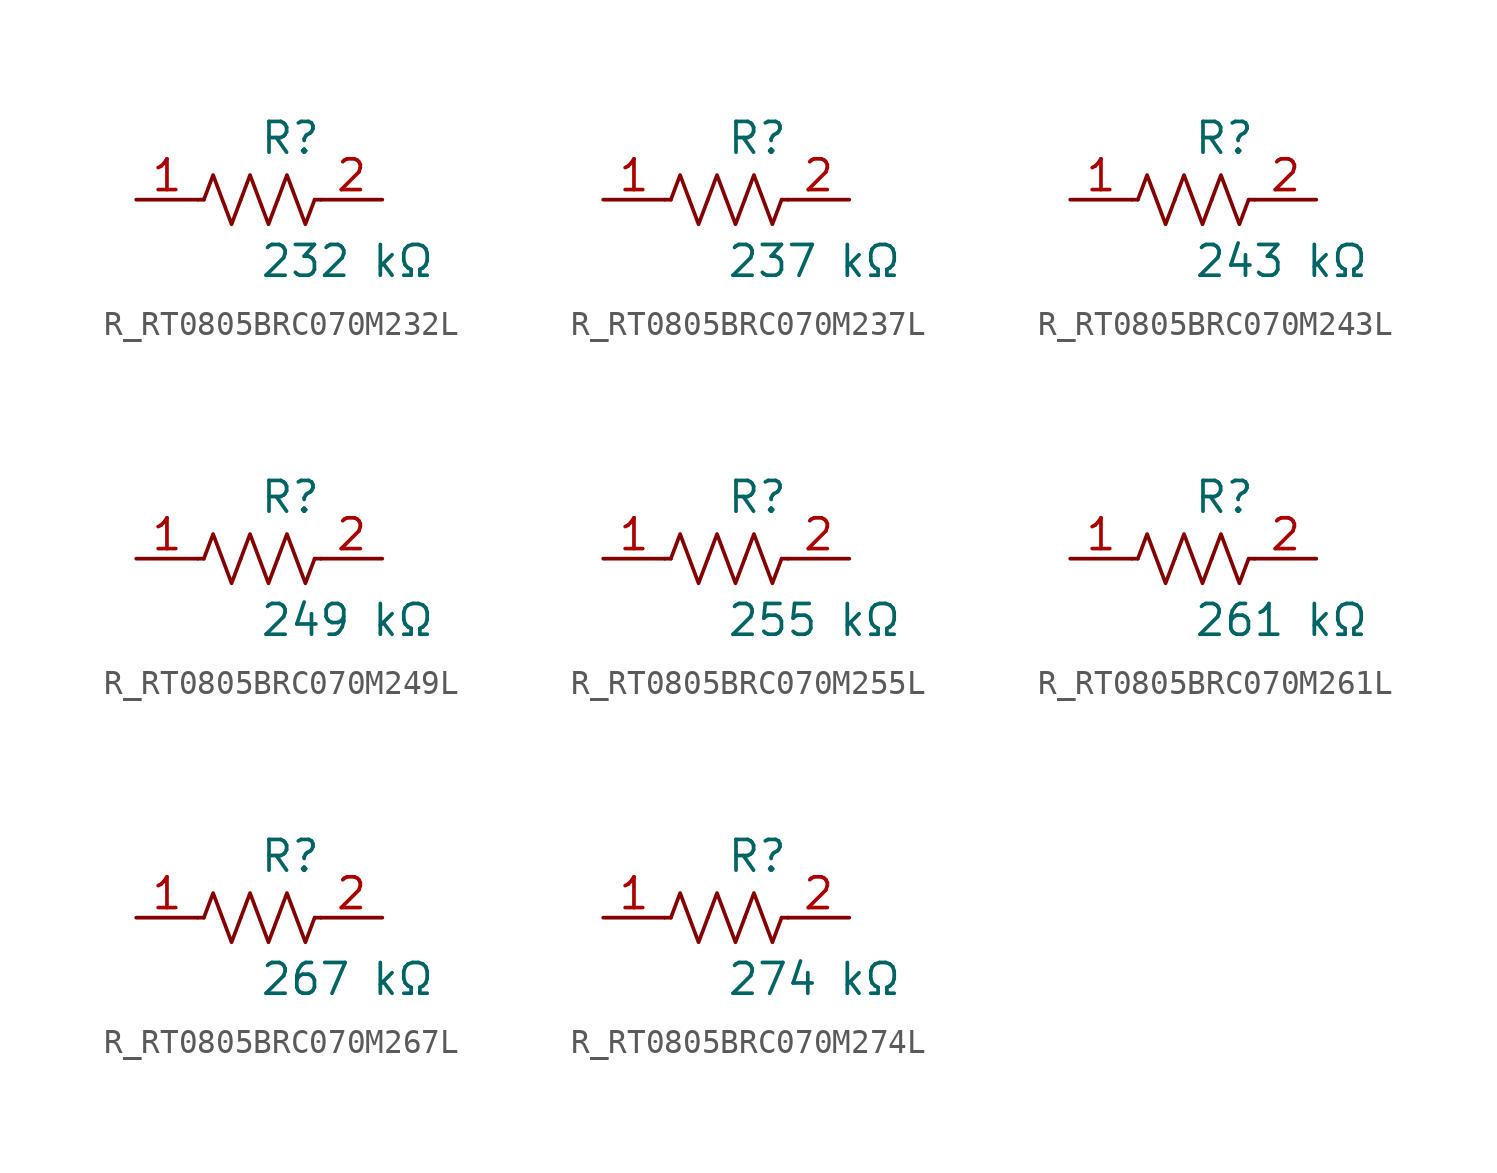
<source format=kicad_sym>
(kicad_symbol_lib
  (version 20231120)
  (generator kicad_symbol_editor)
  (generator_version 8.0)
  (symbol "R_RT0805BRC070M232L"
    (pin_names
      (offset 0.254))
    (property "Reference" "R"
      (at 0.0 2.54 0)
      (effects (font (size 1.27 1.27)) (justify left)))
    (property "Value" "232 kΩ"
      (at 0.0 -2.54 0)
      (effects (font (size 1.27 1.27)) (justify left)))
    (symbol "R_RT0805BRC070M232L_0_1"
      (polyline (pts (xy 2.286 0) (xy 2.54 0)) (stroke (width 0) (type default)) (fill (type none)))
      (polyline (pts (xy -2.286 0) (xy -2.54 0)) (stroke (width 0) (type default)) (fill (type none)))
      (polyline (pts (xy 0.762 0) (xy 1.143 1.016) (xy 1.524 0) (xy 1.905 -1.016) (xy 2.286 0)) (stroke (width 0) (type default)) (fill (type none)))
      (polyline (pts (xy -0.762 0) (xy -0.381 1.016) (xy 0 0) (xy 0.381 -1.016) (xy 0.762 0)) (stroke (width 0) (type default)) (fill (type none)))
      (polyline (pts (xy -2.286 0) (xy -1.905 1.016) (xy -1.524 0) (xy -1.143 -1.016) (xy -0.762 0)) (stroke (width 0) (type default)) (fill (type none))))
    (pin unspecified line
      (at -5.08 0 0)
      (length 2.54)
      (name "" (effects (font (size 1.27 1.27))))
      (number "1" (effects (font (size 1.27 1.27)))))
    (pin unspecified line
      (at 5.08 0 180)
      (length 2.54)
      (name "" (effects (font (size 1.27 1.27))))
      (number "2" (effects (font (size 1.27 1.27))))))
  (symbol "R_RT0805BRC070M237L"
    (pin_names
      (offset 0.254))
    (property "Reference" "R"
      (at 0.0 2.54 0)
      (effects (font (size 1.27 1.27)) (justify left)))
    (property "Value" "237 kΩ"
      (at 0.0 -2.54 0)
      (effects (font (size 1.27 1.27)) (justify left)))
    (symbol "R_RT0805BRC070M237L_0_1"
      (polyline (pts (xy 2.286 0) (xy 2.54 0)) (stroke (width 0) (type default)) (fill (type none)))
      (polyline (pts (xy -2.286 0) (xy -2.54 0)) (stroke (width 0) (type default)) (fill (type none)))
      (polyline (pts (xy 0.762 0) (xy 1.143 1.016) (xy 1.524 0) (xy 1.905 -1.016) (xy 2.286 0)) (stroke (width 0) (type default)) (fill (type none)))
      (polyline (pts (xy -0.762 0) (xy -0.381 1.016) (xy 0 0) (xy 0.381 -1.016) (xy 0.762 0)) (stroke (width 0) (type default)) (fill (type none)))
      (polyline (pts (xy -2.286 0) (xy -1.905 1.016) (xy -1.524 0) (xy -1.143 -1.016) (xy -0.762 0)) (stroke (width 0) (type default)) (fill (type none))))
    (pin unspecified line
      (at -5.08 0 0)
      (length 2.54)
      (name "" (effects (font (size 1.27 1.27))))
      (number "1" (effects (font (size 1.27 1.27)))))
    (pin unspecified line
      (at 5.08 0 180)
      (length 2.54)
      (name "" (effects (font (size 1.27 1.27))))
      (number "2" (effects (font (size 1.27 1.27))))))
  (symbol "R_RT0805BRC070M243L"
    (pin_names
      (offset 0.254))
    (property "Reference" "R"
      (at 0.0 2.54 0)
      (effects (font (size 1.27 1.27)) (justify left)))
    (property "Value" "243 kΩ"
      (at 0.0 -2.54 0)
      (effects (font (size 1.27 1.27)) (justify left)))
    (symbol "R_RT0805BRC070M243L_0_1"
      (polyline (pts (xy 2.286 0) (xy 2.54 0)) (stroke (width 0) (type default)) (fill (type none)))
      (polyline (pts (xy -2.286 0) (xy -2.54 0)) (stroke (width 0) (type default)) (fill (type none)))
      (polyline (pts (xy 0.762 0) (xy 1.143 1.016) (xy 1.524 0) (xy 1.905 -1.016) (xy 2.286 0)) (stroke (width 0) (type default)) (fill (type none)))
      (polyline (pts (xy -0.762 0) (xy -0.381 1.016) (xy 0 0) (xy 0.381 -1.016) (xy 0.762 0)) (stroke (width 0) (type default)) (fill (type none)))
      (polyline (pts (xy -2.286 0) (xy -1.905 1.016) (xy -1.524 0) (xy -1.143 -1.016) (xy -0.762 0)) (stroke (width 0) (type default)) (fill (type none))))
    (pin unspecified line
      (at -5.08 0 0)
      (length 2.54)
      (name "" (effects (font (size 1.27 1.27))))
      (number "1" (effects (font (size 1.27 1.27)))))
    (pin unspecified line
      (at 5.08 0 180)
      (length 2.54)
      (name "" (effects (font (size 1.27 1.27))))
      (number "2" (effects (font (size 1.27 1.27))))))
  (symbol "R_RT0805BRC070M249L"
    (pin_names
      (offset 0.254))
    (property "Reference" "R"
      (at 0.0 2.54 0)
      (effects (font (size 1.27 1.27)) (justify left)))
    (property "Value" "249 kΩ"
      (at 0.0 -2.54 0)
      (effects (font (size 1.27 1.27)) (justify left)))
    (symbol "R_RT0805BRC070M249L_0_1"
      (polyline (pts (xy 2.286 0) (xy 2.54 0)) (stroke (width 0) (type default)) (fill (type none)))
      (polyline (pts (xy -2.286 0) (xy -2.54 0)) (stroke (width 0) (type default)) (fill (type none)))
      (polyline (pts (xy 0.762 0) (xy 1.143 1.016) (xy 1.524 0) (xy 1.905 -1.016) (xy 2.286 0)) (stroke (width 0) (type default)) (fill (type none)))
      (polyline (pts (xy -0.762 0) (xy -0.381 1.016) (xy 0 0) (xy 0.381 -1.016) (xy 0.762 0)) (stroke (width 0) (type default)) (fill (type none)))
      (polyline (pts (xy -2.286 0) (xy -1.905 1.016) (xy -1.524 0) (xy -1.143 -1.016) (xy -0.762 0)) (stroke (width 0) (type default)) (fill (type none))))
    (pin unspecified line
      (at -5.08 0 0)
      (length 2.54)
      (name "" (effects (font (size 1.27 1.27))))
      (number "1" (effects (font (size 1.27 1.27)))))
    (pin unspecified line
      (at 5.08 0 180)
      (length 2.54)
      (name "" (effects (font (size 1.27 1.27))))
      (number "2" (effects (font (size 1.27 1.27))))))
  (symbol "R_RT0805BRC070M255L"
    (pin_names
      (offset 0.254))
    (property "Reference" "R"
      (at 0.0 2.54 0)
      (effects (font (size 1.27 1.27)) (justify left)))
    (property "Value" "255 kΩ"
      (at 0.0 -2.54 0)
      (effects (font (size 1.27 1.27)) (justify left)))
    (symbol "R_RT0805BRC070M255L_0_1"
      (polyline (pts (xy 2.286 0) (xy 2.54 0)) (stroke (width 0) (type default)) (fill (type none)))
      (polyline (pts (xy -2.286 0) (xy -2.54 0)) (stroke (width 0) (type default)) (fill (type none)))
      (polyline (pts (xy 0.762 0) (xy 1.143 1.016) (xy 1.524 0) (xy 1.905 -1.016) (xy 2.286 0)) (stroke (width 0) (type default)) (fill (type none)))
      (polyline (pts (xy -0.762 0) (xy -0.381 1.016) (xy 0 0) (xy 0.381 -1.016) (xy 0.762 0)) (stroke (width 0) (type default)) (fill (type none)))
      (polyline (pts (xy -2.286 0) (xy -1.905 1.016) (xy -1.524 0) (xy -1.143 -1.016) (xy -0.762 0)) (stroke (width 0) (type default)) (fill (type none))))
    (pin unspecified line
      (at -5.08 0 0)
      (length 2.54)
      (name "" (effects (font (size 1.27 1.27))))
      (number "1" (effects (font (size 1.27 1.27)))))
    (pin unspecified line
      (at 5.08 0 180)
      (length 2.54)
      (name "" (effects (font (size 1.27 1.27))))
      (number "2" (effects (font (size 1.27 1.27))))))
  (symbol "R_RT0805BRC070M261L"
    (pin_names
      (offset 0.254))
    (property "Reference" "R"
      (at 0.0 2.54 0)
      (effects (font (size 1.27 1.27)) (justify left)))
    (property "Value" "261 kΩ"
      (at 0.0 -2.54 0)
      (effects (font (size 1.27 1.27)) (justify left)))
    (symbol "R_RT0805BRC070M261L_0_1"
      (polyline (pts (xy 2.286 0) (xy 2.54 0)) (stroke (width 0) (type default)) (fill (type none)))
      (polyline (pts (xy -2.286 0) (xy -2.54 0)) (stroke (width 0) (type default)) (fill (type none)))
      (polyline (pts (xy 0.762 0) (xy 1.143 1.016) (xy 1.524 0) (xy 1.905 -1.016) (xy 2.286 0)) (stroke (width 0) (type default)) (fill (type none)))
      (polyline (pts (xy -0.762 0) (xy -0.381 1.016) (xy 0 0) (xy 0.381 -1.016) (xy 0.762 0)) (stroke (width 0) (type default)) (fill (type none)))
      (polyline (pts (xy -2.286 0) (xy -1.905 1.016) (xy -1.524 0) (xy -1.143 -1.016) (xy -0.762 0)) (stroke (width 0) (type default)) (fill (type none))))
    (pin unspecified line
      (at -5.08 0 0)
      (length 2.54)
      (name "" (effects (font (size 1.27 1.27))))
      (number "1" (effects (font (size 1.27 1.27)))))
    (pin unspecified line
      (at 5.08 0 180)
      (length 2.54)
      (name "" (effects (font (size 1.27 1.27))))
      (number "2" (effects (font (size 1.27 1.27))))))
  (symbol "R_RT0805BRC070M267L"
    (pin_names
      (offset 0.254))
    (property "Reference" "R"
      (at 0.0 2.54 0)
      (effects (font (size 1.27 1.27)) (justify left)))
    (property "Value" "267 kΩ"
      (at 0.0 -2.54 0)
      (effects (font (size 1.27 1.27)) (justify left)))
    (symbol "R_RT0805BRC070M267L_0_1"
      (polyline (pts (xy 2.286 0) (xy 2.54 0)) (stroke (width 0) (type default)) (fill (type none)))
      (polyline (pts (xy -2.286 0) (xy -2.54 0)) (stroke (width 0) (type default)) (fill (type none)))
      (polyline (pts (xy 0.762 0) (xy 1.143 1.016) (xy 1.524 0) (xy 1.905 -1.016) (xy 2.286 0)) (stroke (width 0) (type default)) (fill (type none)))
      (polyline (pts (xy -0.762 0) (xy -0.381 1.016) (xy 0 0) (xy 0.381 -1.016) (xy 0.762 0)) (stroke (width 0) (type default)) (fill (type none)))
      (polyline (pts (xy -2.286 0) (xy -1.905 1.016) (xy -1.524 0) (xy -1.143 -1.016) (xy -0.762 0)) (stroke (width 0) (type default)) (fill (type none))))
    (pin unspecified line
      (at -5.08 0 0)
      (length 2.54)
      (name "" (effects (font (size 1.27 1.27))))
      (number "1" (effects (font (size 1.27 1.27)))))
    (pin unspecified line
      (at 5.08 0 180)
      (length 2.54)
      (name "" (effects (font (size 1.27 1.27))))
      (number "2" (effects (font (size 1.27 1.27))))))
  (symbol "R_RT0805BRC070M274L"
    (pin_names
      (offset 0.254))
    (property "Reference" "R"
      (at 0.0 2.54 0)
      (effects (font (size 1.27 1.27)) (justify left)))
    (property "Value" "274 kΩ"
      (at 0.0 -2.54 0)
      (effects (font (size 1.27 1.27)) (justify left)))
    (symbol "R_RT0805BRC070M274L_0_1"
      (polyline (pts (xy 2.286 0) (xy 2.54 0)) (stroke (width 0) (type default)) (fill (type none)))
      (polyline (pts (xy -2.286 0) (xy -2.54 0)) (stroke (width 0) (type default)) (fill (type none)))
      (polyline (pts (xy 0.762 0) (xy 1.143 1.016) (xy 1.524 0) (xy 1.905 -1.016) (xy 2.286 0)) (stroke (width 0) (type default)) (fill (type none)))
      (polyline (pts (xy -0.762 0) (xy -0.381 1.016) (xy 0 0) (xy 0.381 -1.016) (xy 0.762 0)) (stroke (width 0) (type default)) (fill (type none)))
      (polyline (pts (xy -2.286 0) (xy -1.905 1.016) (xy -1.524 0) (xy -1.143 -1.016) (xy -0.762 0)) (stroke (width 0) (type default)) (fill (type none))))
    (pin unspecified line
      (at -5.08 0 0)
      (length 2.54)
      (name "" (effects (font (size 1.27 1.27))))
      (number "1" (effects (font (size 1.27 1.27)))))
    (pin unspecified line
      (at 5.08 0 180)
      (length 2.54)
      (name "" (effects (font (size 1.27 1.27))))
      (number "2" (effects (font (size 1.27 1.27)))))))
</source>
